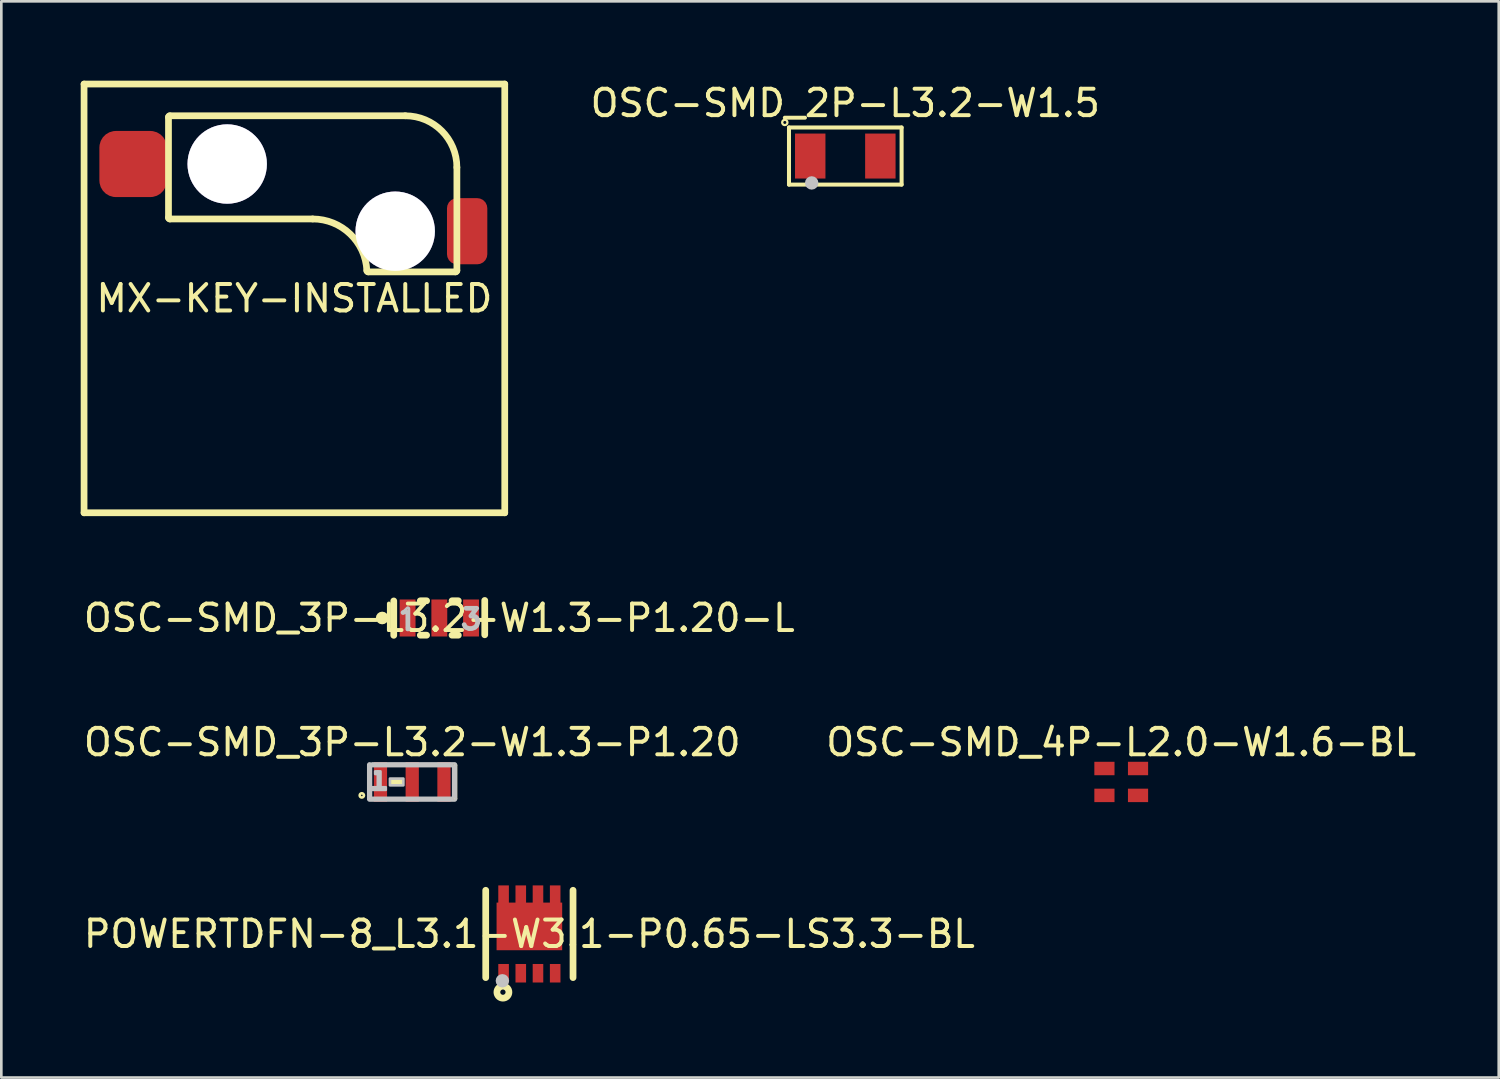
<source format=kicad_pcb>
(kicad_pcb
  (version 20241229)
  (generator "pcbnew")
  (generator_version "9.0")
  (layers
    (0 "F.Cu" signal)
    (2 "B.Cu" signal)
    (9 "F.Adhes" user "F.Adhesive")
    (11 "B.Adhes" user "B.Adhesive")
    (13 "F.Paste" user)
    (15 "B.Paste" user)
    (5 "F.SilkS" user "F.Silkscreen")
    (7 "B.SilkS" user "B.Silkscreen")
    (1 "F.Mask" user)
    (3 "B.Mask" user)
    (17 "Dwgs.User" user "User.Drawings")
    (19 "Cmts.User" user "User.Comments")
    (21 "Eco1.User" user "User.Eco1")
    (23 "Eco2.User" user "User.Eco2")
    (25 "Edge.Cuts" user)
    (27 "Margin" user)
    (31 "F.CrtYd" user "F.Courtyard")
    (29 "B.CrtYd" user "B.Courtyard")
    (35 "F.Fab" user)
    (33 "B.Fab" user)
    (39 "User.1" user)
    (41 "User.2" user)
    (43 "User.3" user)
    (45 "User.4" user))
  (footprint "OSC-SMD_3P-L3.2-W1.3-P1.20"
    (layer "F.Cu")
    (at 12.53 26.504)
    (property "Reference" "OSC-SMD_3P-L3.2-W1.3-P1.20" (at 0 -1.5 0) (layer "F.SilkS") (effects (font (size 1 1) (thickness 0.15))))
    (fp_line (start -1.651 -0.635) (end -1.604 -0.635) (stroke (width 0.1) (type default)) (layer "F.SilkS"))
    (fp_line (start -1.651 0.635) (end -1.651 -0.635) (stroke (width 0.1) (type default)) (layer "F.SilkS"))
    (fp_line (start -1.604 0.635) (end -1.651 0.635) (stroke (width 0.1) (type default)) (layer "F.SilkS"))
    (fp_line (start -0.796 -0.635) (end -0.404 -0.635) (stroke (width 0.1) (type default)) (layer "F.SilkS"))
    (fp_line (start -0.404 0.635) (end -0.796 0.635) (stroke (width 0.1) (type default)) (layer "F.SilkS"))
    (fp_line (start 0.404 -0.635) (end 0.796 -0.635) (stroke (width 0.1) (type default)) (layer "F.SilkS"))
    (fp_line (start 0.796 0.635) (end 0.404 0.635) (stroke (width 0.1) (type default)) (layer "F.SilkS"))
    (fp_line (start 1.604 -0.635) (end 1.651 -0.635) (stroke (width 0.1) (type default)) (layer "F.SilkS"))
    (fp_line (start 1.651 -0.635) (end 1.651 0.635) (stroke (width 0.1) (type default)) (layer "F.SilkS"))
    (fp_line (start 1.651 0.635) (end 1.604 0.635) (stroke (width 0.1) (type default)) (layer "F.SilkS"))
    (fp_circle (center -1.905 0.508) (end -1.825 0.508) (stroke (width 0.1) (type default)) (fill no) (layer "F.SilkS"))
    (fp_poly (pts (xy -0.851 -0.132) (xy -0.343 -0.132) (xy -0.343 0.122) (xy -0.851 0.122) (xy -0.851 -0.005)) (stroke (width 0) (type default)) (fill yes) (layer "F.SilkS"))
    (fp_poly (pts (xy -1.5 0.2) (xy -1 0.2) (xy -1 0.3) (xy -1.5 0.3)) (stroke (width 0.1) (type default)) (fill no) (layer "Dwgs.User"))
    (fp_poly (pts (xy -1.3 -0.4) (xy -1.4 -0.4) (xy -1.4 -0.3) (xy -1.3 -0.3)) (stroke (width 0.1) (type default)) (fill no) (layer "Dwgs.User"))
    (fp_poly (pts (xy -1.3 0.2) (xy -1.3 -0.4) (xy -1.2 -0.4) (xy -1.2 0.2)) (stroke (width 0.1) (type default)) (fill no) (layer "Dwgs.User"))
    (fp_poly (pts (xy -0.842 -0.127) (xy -0.334 -0.127) (xy -0.334 0.127) (xy -0.842 0.127) (xy -0.842 0)) (stroke (width 0.1) (type default)) (fill no) (layer "Dwgs.User"))
    (fp_poly (pts (arc (start -1.66 -0.65) (mid -1.61 -0.7) (end -1.56 -0.65)) (xy -1.56 0.6) (xy 1.55 0.6) (xy 1.55 -0.6) (arc (start -1.5 -0.6) (mid -1.54901 -0.65) (end -1.5 -0.7)) (arc (start 1.6 -0.7) (mid 1.635355 -0.685355) (end 1.65 -0.65)) (arc (start 1.65 0.65) (mid 1.635355 0.685355) (end 1.6 0.7)) (arc (start -1.61 0.7) (mid -1.645355 0.685355) (end -1.66 0.65))) (stroke (width 0.1) (type default)) (fill no) (layer "Dwgs.User"))
    (fp_poly (pts (xy -1.4 -0.65) (xy -1 -0.65) (xy -1 0.65) (xy -1.4 0.65)) (stroke (width 0.1) (type default)) (fill no) (layer "User.1"))
    (fp_poly (pts (xy -0.2 -0.65) (xy 0.2 -0.65) (xy 0.2 0.65) (xy -0.2 0.65)) (stroke (width 0.1) (type default)) (fill no) (layer "User.1"))
    (fp_poly (pts (xy 1 -0.65) (xy 1.4 -0.65) (xy 1.4 0.65) (xy 1 0.65)) (stroke (width 0.1) (type default)) (fill no) (layer "User.1"))
    (fp_line (start -1.6 -0.65) (end 1.6 -0.65) (stroke (width 0.051) (type default)) (layer "User.2"))
    (fp_line (start -1.6 0.65) (end -1.6 -0.65) (stroke (width 0.051) (type default)) (layer "User.2"))
    (fp_line (start 1.6 -0.65) (end 1.6 0.65) (stroke (width 0.051) (type default)) (layer "User.2"))
    (fp_line (start 1.6 0.65) (end -1.6 0.65) (stroke (width 0.051) (type default)) (layer "User.2"))
    (fp_poly (pts (xy -1.54 0.65) (xy -1.558 0.608) (xy -1.6 0.59) (xy -1.642 0.608) (xy -1.66 0.65) (xy -1.642 0.692) (xy -1.6 0.71) (xy -1.558 0.692)) (stroke (width 0.1) (type default)) (fill no) (layer "User.3"))
    (pad "1" smd rect (at -1.2 0) (size 0.5 1.5) (layers "F.Cu" "F.Mask" "F.Paste"))
    (pad "2" smd rect (at 0 0) (size 0.5 1.5) (layers "F.Cu" "F.Mask" "F.Paste"))
    (pad "3" smd rect (at 1.2 0) (size 0.5 1.5) (layers "F.Cu" "F.Mask" "F.Paste")))
  (footprint "MX-KEY-INSTALLED"
    (layer "F.Cu")
    (at 8.077 8.229)
    (property "Reference" "MX-KEY-INSTALLED" (at 0 0 0) (layer "F.SilkS") (effects (font (size 1 1) (thickness 0.15))))
    (fp_line (start -7.95 -8.102) (end -7.95 8.102) (stroke (width 0.254) (type default)) (layer "F.SilkS"))
    (fp_line (start -7.95 8.102) (end 7.95 8.102) (stroke (width 0.254) (type default)) (layer "F.SilkS"))
    (fp_line (start -4.759 -3.053) (end -4.759 -6.853) (stroke (width 0.254) (type default)) (layer "F.SilkS"))
    (fp_line (start 0.691 -3.003) (end -4.709 -3.003) (stroke (width 0.254) (type default)) (layer "F.SilkS"))
    (fp_line (start 4.191 -6.903) (end -4.709 -6.903) (stroke (width 0.254) (type default)) (layer "F.SilkS"))
    (fp_line (start 6.091 -1.003) (end 2.788 -1.003) (stroke (width 0.254) (type default)) (layer "F.SilkS"))
    (fp_line (start 6.141 -1.053) (end 6.141 -4.953) (stroke (width 0.254) (type default)) (layer "F.SilkS"))
    (fp_line (start 7.95 -8.102) (end -7.95 -8.102) (stroke (width 0.254) (type default)) (layer "F.SilkS"))
    (fp_line (start 7.95 8.102) (end 7.95 -8.102) (stroke (width 0.254) (type default)) (layer "F.SilkS"))
    (fp_arc (start -4.759 -6.853) (mid -4.744355 -6.888355) (end -4.709 -6.903) (stroke (width 0.254) (type default)) (layer "F.SilkS"))
    (fp_arc (start -4.709 -3.003) (mid -4.744355 -3.017645) (end -4.759 -3.053) (stroke (width 0.254) (type default)) (layer "F.SilkS"))
    (fp_arc (start 0.691 -3.003) (mid 2.105674 -2.436643) (end 2.7385 -1.0505) (stroke (width 0.254) (type default)) (layer "F.SilkS"))
    (fp_arc (start 2.7885 -1.003) (mid 2.754039 -1.016773) (end 2.7385 -1.0505) (stroke (width 0.254) (type default)) (layer "F.SilkS"))
    (fp_arc (start 4.191 -6.903) (mid 5.569858 -6.331858) (end 6.141 -4.953) (stroke (width 0.254) (type default)) (layer "F.SilkS"))
    (fp_arc (start 6.141 -1.053) (mid 6.126355 -1.017645) (end 6.091 -1.003) (stroke (width 0.254) (type default)) (layer "F.SilkS"))
    (pad "1" smd roundrect (at 6.529 -2.54) (size 1.524 2.5) (layers "F.Cu" "F.Mask" "F.Paste") (roundrect_rratio 0.25))
    (pad "2" smd roundrect (at -6.096 -5.08) (size 2.55 2.5) (layers "F.Cu" "F.Mask" "F.Paste") (roundrect_rratio 0.25))
    (pad "3" thru_hole circle (at 0 0 180) (size 0.013 0.013) (drill 4.1) (layers "*.Cu" "*.Mask"))
    (pad "4" thru_hole circle (at -5.08 0 180) (size 0.013 0.013) (drill 1.71) (layers "*.Cu" "*.Mask"))
    (pad "5" thru_hole circle (at 5.08 0 180) (size 0.013 0.013) (drill 1.71) (layers "*.Cu" "*.Mask"))
    (pad "6" thru_hole circle (at 3.81 -2.54 180) (size 3 3) (drill 3) (layers "*.Cu" "*.Mask"))
    (pad "7" thru_hole circle (at -2.54 -5.08 180) (size 3 3) (drill 3) (layers "*.Cu" "*.Mask")))
  (footprint "OSC-SMD_4P-L2.0-W1.6-BL"
    (layer "F.Cu")
    (at 39.327 26.504)
    (property "Reference" "OSC-SMD_4P-L2.0-W1.6-BL" (at 0 -1.5 0) (layer "F.SilkS") (effects (font (size 1 1) (thickness 0.15))))
    (fp_line (start -1 -0.8) (end 1 -0.8) (stroke (width 0.051) (type default)) (layer "User.2"))
    (fp_line (start -1 0.8) (end -1 -0.8) (stroke (width 0.051) (type default)) (layer "User.2"))
    (fp_line (start 1 -0.8) (end 1 0.8) (stroke (width 0.051) (type default)) (layer "User.2"))
    (fp_line (start 1 0.8) (end -1 0.8) (stroke (width 0.051) (type default)) (layer "User.2"))
    (fp_poly (pts (xy -0.94 0.8) (xy -0.958 0.758) (xy -1 0.74) (xy -1.042 0.758) (xy -1.06 0.8) (xy -1.042 0.842) (xy -1 0.86) (xy -0.958 0.842)) (stroke (width 0.1) (type default)) (fill no) (layer "User.3"))
    (pad "1" smd rect (at -0.635 0.508) (size 0.762 0.508) (layers "F.Cu" "F.Mask" "F.Paste"))
    (pad "2" smd rect (at 0.635 0.508) (size 0.762 0.508) (layers "F.Cu" "F.Mask" "F.Paste"))
    (pad "3" smd rect (at 0.635 -0.508) (size 0.762 0.508) (layers "F.Cu" "F.Mask" "F.Paste"))
    (pad "4" smd rect (at -0.635 -0.508) (size 0.762 0.508) (layers "F.Cu" "F.Mask" "F.Paste")))
  (footprint "OSC-SMD_2P-L3.2-W1.5"
    (layer "F.Cu")
    (at 28.898 2.848)
    (property "Reference" "OSC-SMD_2P-L3.2-W1.5" (at 0 -2 0) (layer "F.SilkS") (effects (font (size 1 1) (thickness 0.15))))
    (fp_line (start -2.128 -1.079) (end 2.128 -1.079) (stroke (width 0.152) (type default)) (layer "F.SilkS"))
    (fp_line (start -2.128 1.079) (end -2.128 -1.079) (stroke (width 0.152) (type default)) (layer "F.SilkS"))
    (fp_line (start 2.128 -1.079) (end 2.128 1.079) (stroke (width 0.152) (type default)) (layer "F.SilkS"))
    (fp_line (start 2.128 1.079) (end -2.128 1.079) (stroke (width 0.152) (type default)) (layer "F.SilkS"))
    (fp_circle (center -2.286 -1.27) (end -2.186 -1.27) (stroke (width 0.085) (type default)) (fill no) (layer "F.SilkS"))
    (fp_circle (center -1.27 1.016) (end -1.143 1.016) (stroke (width 0.254) (type default)) (fill no) (layer "Dwgs.User"))
    (fp_poly (pts (xy -0.85 0.75) (xy -0.85 -0.75) (xy -1.6 -0.75) (xy -1.6 0.75)) (stroke (width 0.1) (type default)) (fill no) (layer "User.1"))
    (fp_poly (pts (xy 0.85 0.75) (xy 0.85 -0.75) (xy 1.6 -0.75) (xy 1.6 0.75)) (stroke (width 0.1) (type default)) (fill no) (layer "User.1"))
    (fp_line (start -1.6 -0.75) (end 1.6 -0.75) (stroke (width 0.051) (type default)) (layer "User.2"))
    (fp_line (start -1.6 0.75) (end -1.6 -0.75) (stroke (width 0.051) (type default)) (layer "User.2"))
    (fp_line (start 1.6 -0.75) (end 1.6 0.75) (stroke (width 0.051) (type default)) (layer "User.2"))
    (fp_line (start 1.6 0.75) (end -1.6 0.75) (stroke (width 0.051) (type default)) (layer "User.2"))
    (fp_poly (pts (xy -1.54 0.75) (xy -1.558 0.708) (xy -1.6 0.69) (xy -1.642 0.708) (xy -1.66 0.75) (xy -1.642 0.792) (xy -1.6 0.81) (xy -1.558 0.792)) (stroke (width 0.1) (type default)) (fill no) (layer "User.3"))
    (pad "1" smd rect (at -1.325 0) (size 1.15 1.7) (layers "F.Cu" "F.Mask" "F.Paste"))
    (pad "2" smd rect (at 1.325 0) (size 1.15 1.7) (layers "F.Cu" "F.Mask" "F.Paste")))
  (footprint "POWERTDFN-8_L3.1-W3.1-P0.65-LS3.3-BL"
    (layer "F.Cu")
    (at 16.958 32.249)
    (property "Reference" "POWERTDFN-8_L3.1-W3.1-P0.65-LS3.3-BL" (at 0 0 0) (layer "F.SilkS") (effects (font (size 1 1) (thickness 0.15))))
    (fp_line (start -1.65 1.65) (end -1.65 -1.65) (stroke (width 0.254) (type default)) (layer "F.SilkS"))
    (fp_line (start 1.65 -1.65) (end 1.65 1.65) (stroke (width 0.254) (type default)) (layer "F.SilkS"))
    (fp_circle (center -1 2.2) (end -0.9 2.2) (stroke (width 0.254) (type default)) (fill no) (layer "F.SilkS"))
    (fp_poly (pts (xy -1.175 1.135) (xy -1.175 1.835) (xy -0.775 1.835) (xy -0.775 1.135)) (stroke (width 0) (type default)) (fill yes) (layer "F.Paste"))
    (fp_poly (pts (xy -0.125 1.835) (xy -0.125 1.135) (xy -0.525 1.135) (xy -0.525 1.835)) (stroke (width 0) (type default)) (fill yes) (layer "F.Paste"))
    (fp_poly (pts (xy 0.525 1.835) (xy 0.525 1.135) (xy 0.125 1.135) (xy 0.125 1.835)) (stroke (width 0) (type default)) (fill yes) (layer "F.Paste"))
    (fp_poly (pts (xy 1.175 1.835) (xy 1.175 1.135) (xy 0.775 1.135) (xy 0.775 1.835)) (stroke (width 0) (type default)) (fill yes) (layer "F.Paste"))
    (fp_poly (pts (xy 0.125 -1.835) (xy 0.125 -1.185) (xy -0.125 -1.185) (xy -0.125 -1.835) (xy -0.525 -1.835) (xy -0.525 -1.185) (xy -0.775 -1.185) (xy -0.775 -1.835) (xy -1.175 -1.835) (xy -1.175 -1.185) (xy -1.24 -1.185) (xy -1.24 0.615) (xy 1.24 0.615) (xy 1.24 -1.185) (xy 1.175 -1.185) (xy 1.175 -1.835) (xy 0.775 -1.835) (xy 0.775 -1.185) (xy 0.525 -1.185) (xy 0.525 -1.835)) (stroke (width 0) (type default)) (fill yes) (layer "F.Paste"))
    (fp_circle (center -1.02 1.77) (end -0.893 1.77) (stroke (width 0.254) (type default)) (fill no) (layer "Dwgs.User"))
    (fp_poly (pts (xy -1.24 0.615) (xy -1.24 -1.185) (xy 1.24 -1.185) (xy 1.24 0.615)) (stroke (width 0.1) (type default)) (fill no) (layer "User.1"))
    (fp_poly (pts (xy -0.84 -1.65) (xy -0.84 -1.25) (xy -1.14 -1.25) (xy -1.14 -1.65)) (stroke (width 0.1) (type default)) (fill no) (layer "User.1"))
    (fp_poly (pts (xy -0.828 1.25) (xy -0.828 1.65) (xy -1.123 1.65) (xy -1.123 1.25)) (stroke (width 0.1) (type default)) (fill no) (layer "User.1"))
    (fp_poly (pts (xy -0.18 -1.65) (xy -0.18 -1.25) (xy -0.48 -1.25) (xy -0.48 -1.65)) (stroke (width 0.1) (type default)) (fill no) (layer "User.1"))
    (fp_poly (pts (xy -0.177 1.25) (xy -0.177 1.65) (xy -0.472 1.65) (xy -0.472 1.25)) (stroke (width 0.1) (type default)) (fill no) (layer "User.1"))
    (fp_poly (pts (xy 0.472 1.25) (xy 0.472 1.65) (xy 0.177 1.65) (xy 0.177 1.25)) (stroke (width 0.1) (type default)) (fill no) (layer "User.1"))
    (fp_poly (pts (xy 0.48 -1.65) (xy 0.48 -1.25) (xy 0.18 -1.25) (xy 0.18 -1.65)) (stroke (width 0.1) (type default)) (fill no) (layer "User.1"))
    (fp_poly (pts (xy 1.123 1.25) (xy 1.123 1.65) (xy 0.828 1.65) (xy 0.828 1.25)) (stroke (width 0.1) (type default)) (fill no) (layer "User.1"))
    (fp_poly (pts (xy 1.14 -1.65) (xy 1.14 -1.25) (xy 0.84 -1.25) (xy 0.84 -1.65)) (stroke (width 0.1) (type default)) (fill no) (layer "User.1"))
    (fp_line (start -1.55 -1.59) (end 1.55 -1.59) (stroke (width 0.051) (type default)) (layer "User.2"))
    (fp_line (start -1.55 1.51) (end -1.55 -1.59) (stroke (width 0.051) (type default)) (layer "User.2"))
    (fp_line (start 1.55 -1.59) (end 1.55 1.51) (stroke (width 0.051) (type default)) (layer "User.2"))
    (fp_line (start 1.55 1.51) (end -1.55 1.51) (stroke (width 0.051) (type default)) (layer "User.2"))
    (fp_poly (pts (xy -1.49 1.65) (xy -1.508 1.608) (xy -1.55 1.59) (xy -1.592 1.608) (xy -1.61 1.65) (xy -1.592 1.692) (xy -1.55 1.71) (xy -1.508 1.692)) (stroke (width 0.1) (type default)) (fill no) (layer "User.3"))
    (pad "1" smd rect (at -0.975 1.485) (size 0.4 0.7) (layers "F.Cu" "F.Mask" "F.Paste"))
    (pad "2" smd rect (at -0.325 1.485) (size 0.4 0.7) (layers "F.Cu" "F.Mask" "F.Paste"))
    (pad "3" smd rect (at 0.325 1.485) (size 0.4 0.7) (layers "F.Cu" "F.Mask" "F.Paste"))
    (pad "4" smd rect (at 0.975 1.485) (size 0.4 0.7) (layers "F.Cu" "F.Mask" "F.Paste"))
    (pad "5" smd rect (at 0.975 -1.485 90) (size 0.7 0.4) (layers "F.Cu" "F.Mask" "F.Paste"))
    (pad "6" smd rect (at 0.325 -1.485 90) (size 0.7 0.4) (layers "F.Cu" "F.Mask" "F.Paste"))
    (pad "7" smd rect (at -0.325 -1.485 90) (size 0.7 0.4) (layers "F.Cu" "F.Mask" "F.Paste"))
    (pad "8" smd rect (at -0.975 -1.485 90) (size 0.7 0.4) (layers "F.Cu" "F.Mask" "F.Paste"))
    (pad "8" smd rect (at 0 -0.285 90) (size 1.8 2.48) (layers "F.Cu" "F.Mask" "F.Paste")))
  (footprint "OSC-SMD_3P-L3.2-W1.3-P1.20-L"
    (layer "F.Cu")
    (at 13.554 20.307)
    (property "Reference" "OSC-SMD_3P-L3.2-W1.3-P1.20-L" (at 0 0 0) (layer "F.SilkS") (effects (font (size 1 1) (thickness 0.15))))
    (fp_line (start -1.722 -0.645) (end -1.722 0.655) (stroke (width 0.254) (type default)) (layer "F.SilkS"))
    (fp_line (start -0.719 -0.65) (end -0.48 -0.65) (stroke (width 0.254) (type default)) (layer "F.SilkS"))
    (fp_line (start -0.719 0.65) (end -0.48 0.65) (stroke (width 0.254) (type default)) (layer "F.SilkS"))
    (fp_line (start 0.48 -0.65) (end 0.719 -0.65) (stroke (width 0.254) (type default)) (layer "F.SilkS"))
    (fp_line (start 0.48 0.65) (end 0.719 0.65) (stroke (width 0.254) (type default)) (layer "F.SilkS"))
    (fp_line (start 1.717 0.635) (end 1.717 -0.663) (stroke (width 0.254) (type default)) (layer "F.SilkS"))
    (fp_circle (center -2.159 0) (end -2.039 0) (stroke (width 0.239) (type default)) (fill no) (layer "F.SilkS"))
    (fp_poly (pts (xy -1.23 -0.254) (xy -1.272 -0.211) (arc (start -1.3665 -0.165) (mid -1.385885 -0.169077) (end -1.402 -0.1805)) (xy -1.412 -0.201) (xy -1.412 -0.208) (xy -1.402 -0.231) (xy -1.392 -0.239) (xy -1.321 -0.275) (xy -1.224 -0.371) (arc (start -1.219 -0.376) (mid -1.203974 -0.386712) (end -1.186 -0.391)) (xy -1.163 -0.381) (xy -1.155 -0.373) (xy -1.148 -0.355) (xy -1.148 -0.343) (arc (start -1.148 0.4115) (mid -1.152077 0.430885) (end -1.1635 0.447)) (xy -1.179 0.452) (xy -1.204 0.452) (xy -1.222 0.445) (xy -1.227 0.44)) (stroke (width 0.1) (type default)) (fill no) (layer "Dwgs.User"))
    (fp_poly (pts (xy 1.016 -0.406) (arc (start 1.4095 -0.4065) (mid 1.429044 -0.402354) (end 1.4455 -0.391)) (xy 1.453 -0.371) (xy 1.453 -0.36) (xy 1.272 -0.115) (xy 1.306 -0.115) (xy 1.399 -0.073) (xy 1.448 -0.023) (xy 1.486 0.097) (xy 1.491 0.185) (xy 1.442 0.32) (xy 1.361 0.394) (xy 1.242 0.437) (xy 1.113 0.442) (xy 0.988 0.391) (xy 0.94 0.345) (xy 0.899 0.257) (arc (start 0.899 0.2515) (mid 0.902675 0.236184) (end 0.912 0.2235)) (arc (start 0.912 0.2235) (mid 0.923731 0.215846) (end 0.9375 0.2135)) (xy 0.95 0.213) (xy 0.963 0.218) (xy 0.973 0.229) (xy 1.008 0.302) (xy 1.034 0.323) (xy 1.125 0.358) (xy 1.224 0.358) (xy 1.315 0.323) (xy 1.377 0.267) (xy 1.409 0.172) (xy 1.409 0.112) (xy 1.377 0.018) (xy 1.354 -0.003) (xy 1.296 -0.033) (arc (start 1.1965 -0.0355) (mid 1.167862 -0.047362) (end 1.1555 -0.076)) (xy 1.155 -0.089) (xy 1.333 -0.328) (arc (start 1.0135 -0.3275) (mid 0.986276 -0.338776) (end 0.9755 -0.366)) (arc (start 0.9755 -0.386) (mid 0.982504 -0.40091) (end 0.998 -0.4065)) (xy 1.008 -0.406)) (stroke (width 0.1) (type default)) (fill no) (layer "Dwgs.User"))
    (fp_poly (pts (xy -1.399 -0.65) (xy -0.998 -0.65) (xy -0.998 0.65) (xy -1.399 0.65)) (stroke (width 0.1) (type default)) (fill no) (layer "User.1"))
    (fp_poly (pts (xy -0.201 -0.65) (xy 0.201 -0.65) (xy 0.201 0.65) (xy -0.201 0.65)) (stroke (width 0.1) (type default)) (fill no) (layer "User.1"))
    (fp_poly (pts (xy 0.998 -0.65) (xy 1.399 -0.65) (xy 1.399 0.65) (xy 0.998 0.65)) (stroke (width 0.1) (type default)) (fill no) (layer "User.1"))
    (fp_line (start -1.6 -0.65) (end 1.6 -0.65) (stroke (width 0.051) (type default)) (layer "User.2"))
    (fp_line (start -1.6 0.65) (end -1.6 -0.65) (stroke (width 0.051) (type default)) (layer "User.2"))
    (fp_line (start 1.6 -0.65) (end 1.6 0.65) (stroke (width 0.051) (type default)) (layer "User.2"))
    (fp_line (start 1.6 0.65) (end -1.6 0.65) (stroke (width 0.051) (type default)) (layer "User.2"))
    (fp_poly (pts (xy -1.539 0.65) (xy -1.557 0.607) (xy -1.6 0.589) (xy -1.643 0.607) (xy -1.661 0.65) (xy -1.643 0.693) (xy -1.6 0.711) (xy -1.557 0.693)) (stroke (width 0.1) (type default)) (fill no) (layer "User.3"))
    (pad "1" smd rect (at -1.199 0) (size 0.6 1.399) (layers "F.Cu" "F.Mask" "F.Paste"))
    (pad "2" smd rect (at 0 0) (size 0.6 1.399) (layers "F.Cu" "F.Mask" "F.Paste"))
    (pad "3" smd rect (at 1.199 0) (size 0.6 1.399) (layers "F.Cu" "F.Mask" "F.Paste")))
  (gr_rect
    (start -3 -3)
    (end 53.595 37.676)
    (stroke (width 0.1) (type default))
    (fill no)
    (layer "Edge.Cuts")))
</source>
